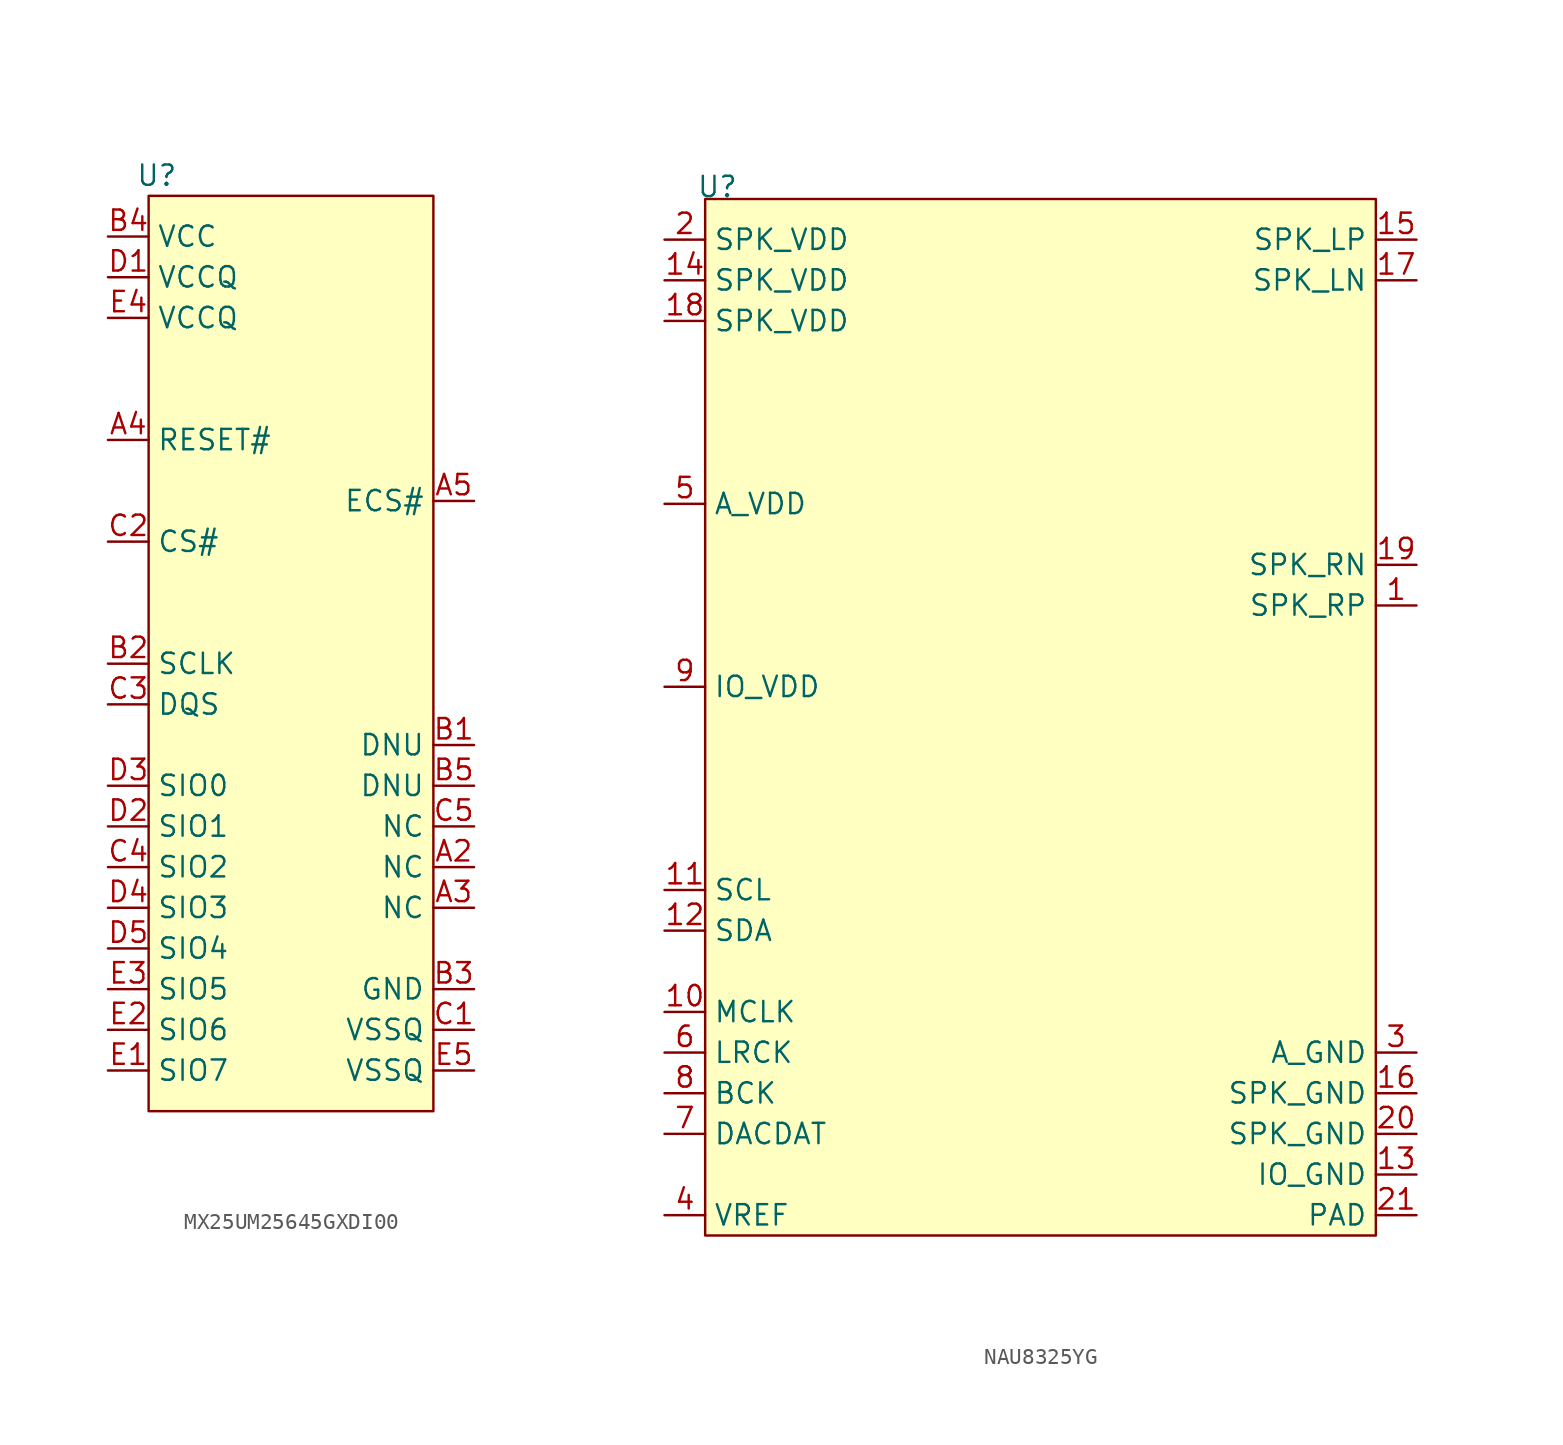
<source format=kicad_sym>
(kicad_symbol_lib
  (version 20241209)
  (generator "kicad_symbol_editor")
  (generator_version "9.0")
  (symbol "MX25UM25645GXDI00"
    (property "Reference" "U"
      (at 0.508 0 0)
      (effects (font (size 1.27 1.27))))
    (property "Value" ""
      (at 0 0 0)
      (effects (font (size 1.27 1.27))))
    (symbol "MX25UM25645GXDI00_0_1"
      (rectangle (start 0 -1.27) (end 17.78 -58.42) (stroke (width 0) (type default)) (fill (type background))))
    (symbol "MX25UM25645GXDI00_1_1"
      (pin power_in line (at -2.54 -3.81 0) (length 2.54) (name "VCC" (effects (font (size 1.27 1.27)))) (number "B4" (effects (font (size 1.27 1.27)))))
      (pin power_in line (at -2.54 -6.35 0) (length 2.54) (name "VCCQ" (effects (font (size 1.27 1.27)))) (number "D1" (effects (font (size 1.27 1.27)))))
      (pin power_in line (at -2.54 -8.89 0) (length 2.54) (name "VCCQ" (effects (font (size 1.27 1.27)))) (number "E4" (effects (font (size 1.27 1.27)))))
      (pin input line (at -2.54 -16.51 0) (length 2.54) (name "RESET#" (effects (font (size 1.27 1.27)))) (number "A4" (effects (font (size 1.27 1.27)))))
      (pin input line (at -2.54 -22.86 0) (length 2.54) (name "CS#" (effects (font (size 1.27 1.27)))) (number "C2" (effects (font (size 1.27 1.27)))))
      (pin input line (at -2.54 -30.48 0) (length 2.54) (name "SCLK" (effects (font (size 1.27 1.27)))) (number "B2" (effects (font (size 1.27 1.27)))))
      (pin input line (at -2.54 -33.02 0) (length 2.54) (name "DQS" (effects (font (size 1.27 1.27)))) (number "C3" (effects (font (size 1.27 1.27)))))
      (pin bidirectional line (at -2.54 -38.1 0) (length 2.54) (name "SIO0" (effects (font (size 1.27 1.27)))) (number "D3" (effects (font (size 1.27 1.27)))))
      (pin bidirectional line (at -2.54 -40.64 0) (length 2.54) (name "SIO1" (effects (font (size 1.27 1.27)))) (number "D2" (effects (font (size 1.27 1.27)))))
      (pin bidirectional line (at -2.54 -43.18 0) (length 2.54) (name "SIO2" (effects (font (size 1.27 1.27)))) (number "C4" (effects (font (size 1.27 1.27)))))
      (pin bidirectional line (at -2.54 -45.72 0) (length 2.54) (name "SIO3" (effects (font (size 1.27 1.27)))) (number "D4" (effects (font (size 1.27 1.27)))))
      (pin bidirectional line (at -2.54 -48.26 0) (length 2.54) (name "SIO4" (effects (font (size 1.27 1.27)))) (number "D5" (effects (font (size 1.27 1.27)))))
      (pin bidirectional line (at -2.54 -50.8 0) (length 2.54) (name "SIO5" (effects (font (size 1.27 1.27)))) (number "E3" (effects (font (size 1.27 1.27)))))
      (pin bidirectional line (at -2.54 -53.34 0) (length 2.54) (name "SIO6" (effects (font (size 1.27 1.27)))) (number "E2" (effects (font (size 1.27 1.27)))))
      (pin bidirectional line (at -2.54 -55.88 0) (length 2.54) (name "SIO7" (effects (font (size 1.27 1.27)))) (number "E1" (effects (font (size 1.27 1.27)))))
      (pin input line (at 20.32 -20.32 180) (length 2.54) (name "ECS#" (effects (font (size 1.27 1.27)))) (number "A5" (effects (font (size 1.27 1.27)))))
      (pin passive line (at 20.32 -35.56 180) (length 2.54) (name "DNU" (effects (font (size 1.27 1.27)))) (number "B1" (effects (font (size 1.27 1.27)))))
      (pin passive line (at 20.32 -38.1 180) (length 2.54) (name "DNU" (effects (font (size 1.27 1.27)))) (number "B5" (effects (font (size 1.27 1.27)))))
      (pin passive line (at 20.32 -40.64 180) (length 2.54) (name "NC" (effects (font (size 1.27 1.27)))) (number "C5" (effects (font (size 1.27 1.27)))))
      (pin passive line (at 20.32 -43.18 180) (length 2.54) (name "NC" (effects (font (size 1.27 1.27)))) (number "A2" (effects (font (size 1.27 1.27)))))
      (pin passive line (at 20.32 -45.72 180) (length 2.54) (name "NC" (effects (font (size 1.27 1.27)))) (number "A3" (effects (font (size 1.27 1.27)))))
      (pin power_in line (at 20.32 -50.8 180) (length 2.54) (name "GND" (effects (font (size 1.27 1.27)))) (number "B3" (effects (font (size 1.27 1.27)))))
      (pin power_in line (at 20.32 -53.34 180) (length 2.54) (name "VSSQ" (effects (font (size 1.27 1.27)))) (number "C1" (effects (font (size 1.27 1.27)))))
      (pin power_in line (at 20.32 -55.88 180) (length 2.54) (name "VSSQ" (effects (font (size 1.27 1.27)))) (number "E5" (effects (font (size 1.27 1.27)))))))
  (symbol "NAU8325YG"
    (property "Reference" "U"
      (at 0.762 0.762 0)
      (effects (font (size 1.27 1.27))))
    (property "Value" ""
      (at 0 0 0)
      (effects (font (size 1.27 1.27))))
    (symbol "NAU8325YG_0_1"
      (rectangle (start 0 0) (end 41.91 -64.77) (stroke (width 0) (type default)) (fill (type background))))
    (symbol "NAU8325YG_1_1"
      (pin power_in line (at -2.54 -2.54 0) (length 2.54) (name "SPK_VDD" (effects (font (size 1.27 1.27)))) (number "2" (effects (font (size 1.27 1.27)))))
      (pin power_in line (at -2.54 -5.08 0) (length 2.54) (name "SPK_VDD" (effects (font (size 1.27 1.27)))) (number "14" (effects (font (size 1.27 1.27)))))
      (pin power_in line (at -2.54 -7.62 0) (length 2.54) (name "SPK_VDD" (effects (font (size 1.27 1.27)))) (number "18" (effects (font (size 1.27 1.27)))))
      (pin power_in line (at -2.54 -19.05 0) (length 2.54) (name "A_VDD" (effects (font (size 1.27 1.27)))) (number "5" (effects (font (size 1.27 1.27)))))
      (pin power_in line (at -2.54 -30.48 0) (length 2.54) (name "IO_VDD" (effects (font (size 1.27 1.27)))) (number "9" (effects (font (size 1.27 1.27)))))
      (pin input line (at -2.54 -43.18 0) (length 2.54) (name "SCL" (effects (font (size 1.27 1.27)))) (number "11" (effects (font (size 1.27 1.27)))))
      (pin bidirectional line (at -2.54 -45.72 0) (length 2.54) (name "SDA" (effects (font (size 1.27 1.27)))) (number "12" (effects (font (size 1.27 1.27)))))
      (pin input line (at -2.54 -50.8 0) (length 2.54) (name "MCLK" (effects (font (size 1.27 1.27)))) (number "10" (effects (font (size 1.27 1.27)))))
      (pin input line (at -2.54 -53.34 0) (length 2.54) (name "LRCK" (effects (font (size 1.27 1.27)))) (number "6" (effects (font (size 1.27 1.27)))))
      (pin input line (at -2.54 -55.88 0) (length 2.54) (name "BCK" (effects (font (size 1.27 1.27)))) (number "8" (effects (font (size 1.27 1.27)))))
      (pin input line (at -2.54 -58.42 0) (length 2.54) (name "DACDAT" (effects (font (size 1.27 1.27)))) (number "7" (effects (font (size 1.27 1.27)))))
      (pin power_out line (at -2.54 -63.5 0) (length 2.54) (name "VREF" (effects (font (size 1.27 1.27)))) (number "4" (effects (font (size 1.27 1.27)))))
      (pin output line (at 44.45 -2.54 180) (length 2.54) (name "SPK_LP" (effects (font (size 1.27 1.27)))) (number "15" (effects (font (size 1.27 1.27)))))
      (pin output line (at 44.45 -5.08 180) (length 2.54) (name "SPK_LN" (effects (font (size 1.27 1.27)))) (number "17" (effects (font (size 1.27 1.27)))))
      (pin output line (at 44.45 -22.86 180) (length 2.54) (name "SPK_RN" (effects (font (size 1.27 1.27)))) (number "19" (effects (font (size 1.27 1.27)))))
      (pin output line (at 44.45 -25.4 180) (length 2.54) (name "SPK_RP" (effects (font (size 1.27 1.27)))) (number "1" (effects (font (size 1.27 1.27)))))
      (pin power_in line (at 44.45 -53.34 180) (length 2.54) (name "A_GND" (effects (font (size 1.27 1.27)))) (number "3" (effects (font (size 1.27 1.27)))))
      (pin power_in line (at 44.45 -55.88 180) (length 2.54) (name "SPK_GND" (effects (font (size 1.27 1.27)))) (number "16" (effects (font (size 1.27 1.27)))))
      (pin power_in line (at 44.45 -58.42 180) (length 2.54) (name "SPK_GND" (effects (font (size 1.27 1.27)))) (number "20" (effects (font (size 1.27 1.27)))))
      (pin power_in line (at 44.45 -60.96 180) (length 2.54) (name "IO_GND" (effects (font (size 1.27 1.27)))) (number "13" (effects (font (size 1.27 1.27)))))
      (pin power_in line (at 44.45 -63.5 180) (length 2.54) (name "PAD" (effects (font (size 1.27 1.27)))) (number "21" (effects (font (size 1.27 1.27))))))))
</source>
